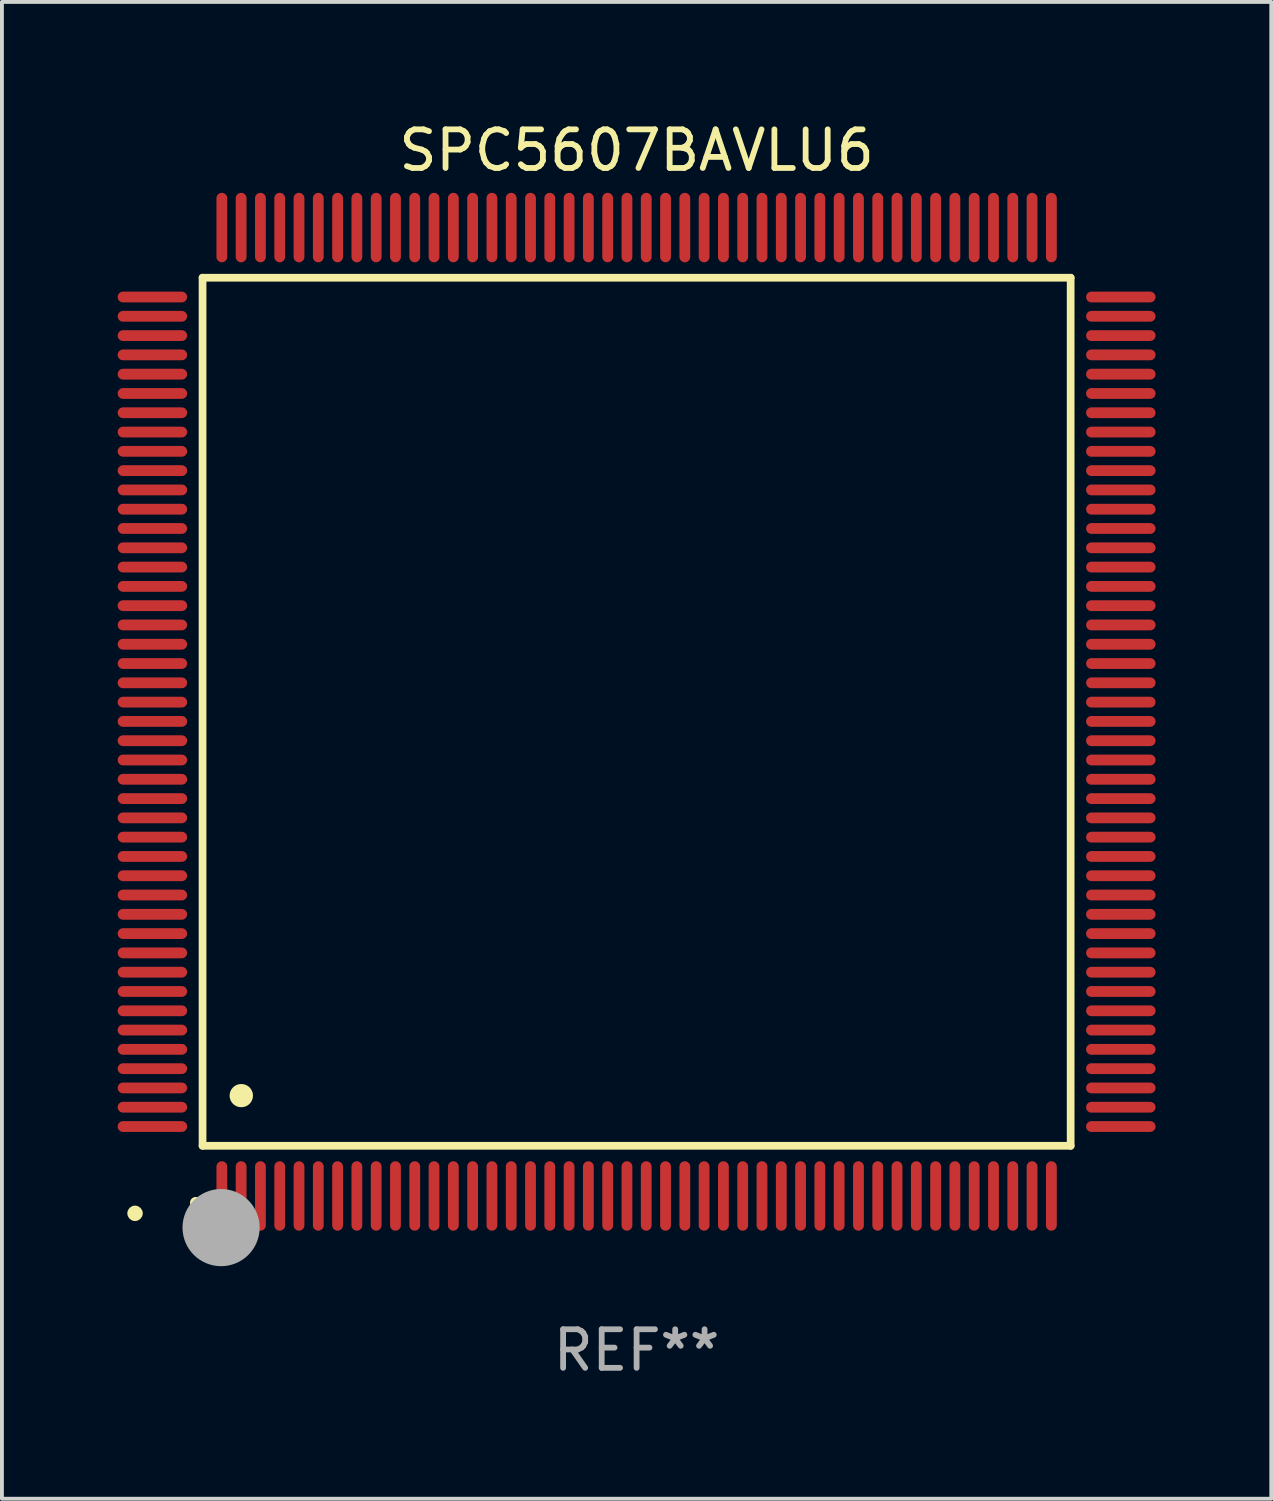
<source format=kicad_pcb>
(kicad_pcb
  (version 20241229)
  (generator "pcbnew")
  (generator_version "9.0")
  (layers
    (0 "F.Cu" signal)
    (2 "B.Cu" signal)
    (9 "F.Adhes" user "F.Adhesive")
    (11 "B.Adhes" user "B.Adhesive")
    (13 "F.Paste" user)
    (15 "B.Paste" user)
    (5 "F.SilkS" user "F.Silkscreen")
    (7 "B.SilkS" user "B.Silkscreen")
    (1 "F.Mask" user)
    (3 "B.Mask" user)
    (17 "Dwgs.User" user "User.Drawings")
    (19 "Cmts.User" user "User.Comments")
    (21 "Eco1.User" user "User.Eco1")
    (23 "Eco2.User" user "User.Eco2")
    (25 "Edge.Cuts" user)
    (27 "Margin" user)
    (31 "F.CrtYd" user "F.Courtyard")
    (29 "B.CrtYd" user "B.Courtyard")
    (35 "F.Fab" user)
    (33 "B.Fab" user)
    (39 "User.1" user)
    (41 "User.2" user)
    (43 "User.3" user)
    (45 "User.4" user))
  (footprint "SPC5607BAVLU6"
    (layer "F.Cu")
    (at 13.45 15.398)
    (property "Reference" "SPC5607BAVLU6" (at 0 -14.55 0) (layer "F.SilkS") (effects (font (size 1 1) (thickness 0.15))))
    (attr through_hole)
    (fp_line (start -11.25 -11.25) (end 11.25 -11.25) (stroke (width 0.2) (type solid)) (layer "F.SilkS"))
    (fp_line (start -11.25 11.25) (end -11.25 -11.25) (stroke (width 0.2) (type solid)) (layer "F.SilkS"))
    (fp_line (start 11.25 -11.25) (end 11.25 11.25) (stroke (width 0.2) (type solid)) (layer "F.SilkS"))
    (fp_line (start 11.25 11.25) (end -11.25 11.25) (stroke (width 0.2) (type solid)) (layer "F.SilkS"))
    (fp_arc (start -11.424943 12.725425) (mid -11.423673 12.72542) (end -11.422403 12.725425) (stroke (width 0.3) (type solid)) (layer "F.SilkS"))
    (fp_arc (start -10.24892 9.9492) (mid -10.24638 9.949189) (end -10.24384 9.9492) (stroke (width 0.6) (type solid)) (layer "F.SilkS"))
    (fp_circle (center -13 13) (end -12.9 13) (stroke (width 0.2) (type solid)) (fill no) (layer "F.SilkS"))
    (fp_circle (center -10.77 13.37) (end -10.27 13.37) (stroke (width 1) (type solid)) (fill no) (layer "F.Fab"))
    (fp_text user "REF**" (at 0 16.55 0) (layer "F.Fab") (effects (font (size 1 1) (thickness 0.15))))
    (pad "1" smd oval (at -10.75 12.55) (size 0.28 1.8) (layers "F.Cu" "F.Mask" "F.Paste"))
    (pad "2" smd oval (at -10.25 12.55) (size 0.28 1.8) (layers "F.Cu" "F.Mask" "F.Paste"))
    (pad "3" smd oval (at -9.75 12.55) (size 0.28 1.8) (layers "F.Cu" "F.Mask" "F.Paste"))
    (pad "4" smd oval (at -9.25 12.55) (size 0.28 1.8) (layers "F.Cu" "F.Mask" "F.Paste"))
    (pad "5" smd oval (at -8.75 12.55) (size 0.28 1.8) (layers "F.Cu" "F.Mask" "F.Paste"))
    (pad "6" smd oval (at -8.25 12.55) (size 0.28 1.8) (layers "F.Cu" "F.Mask" "F.Paste"))
    (pad "7" smd oval (at -7.75 12.55) (size 0.28 1.8) (layers "F.Cu" "F.Mask" "F.Paste"))
    (pad "8" smd oval (at -7.25 12.55) (size 0.28 1.8) (layers "F.Cu" "F.Mask" "F.Paste"))
    (pad "9" smd oval (at -6.75 12.55) (size 0.28 1.8) (layers "F.Cu" "F.Mask" "F.Paste"))
    (pad "10" smd oval (at -6.25 12.55) (size 0.28 1.8) (layers "F.Cu" "F.Mask" "F.Paste"))
    (pad "11" smd oval (at -5.75 12.55) (size 0.28 1.8) (layers "F.Cu" "F.Mask" "F.Paste"))
    (pad "12" smd oval (at -5.25 12.55) (size 0.28 1.8) (layers "F.Cu" "F.Mask" "F.Paste"))
    (pad "13" smd oval (at -4.75 12.55) (size 0.28 1.8) (layers "F.Cu" "F.Mask" "F.Paste"))
    (pad "14" smd oval (at -4.25 12.55) (size 0.28 1.8) (layers "F.Cu" "F.Mask" "F.Paste"))
    (pad "15" smd oval (at -3.75 12.55) (size 0.28 1.8) (layers "F.Cu" "F.Mask" "F.Paste"))
    (pad "16" smd oval (at -3.25 12.55) (size 0.28 1.8) (layers "F.Cu" "F.Mask" "F.Paste"))
    (pad "17" smd oval (at -2.75 12.55) (size 0.28 1.8) (layers "F.Cu" "F.Mask" "F.Paste"))
    (pad "18" smd oval (at -2.25 12.55) (size 0.28 1.8) (layers "F.Cu" "F.Mask" "F.Paste"))
    (pad "19" smd oval (at -1.75 12.55) (size 0.28 1.8) (layers "F.Cu" "F.Mask" "F.Paste"))
    (pad "20" smd oval (at -1.25 12.55) (size 0.28 1.8) (layers "F.Cu" "F.Mask" "F.Paste"))
    (pad "21" smd oval (at -0.75 12.55) (size 0.28 1.8) (layers "F.Cu" "F.Mask" "F.Paste"))
    (pad "22" smd oval (at -0.25 12.55) (size 0.28 1.8) (layers "F.Cu" "F.Mask" "F.Paste"))
    (pad "23" smd oval (at 0.25 12.55) (size 0.28 1.8) (layers "F.Cu" "F.Mask" "F.Paste"))
    (pad "24" smd oval (at 0.75 12.55) (size 0.28 1.8) (layers "F.Cu" "F.Mask" "F.Paste"))
    (pad "25" smd oval (at 1.25 12.55) (size 0.28 1.8) (layers "F.Cu" "F.Mask" "F.Paste"))
    (pad "26" smd oval (at 1.75 12.55) (size 0.28 1.8) (layers "F.Cu" "F.Mask" "F.Paste"))
    (pad "27" smd oval (at 2.25 12.55) (size 0.28 1.8) (layers "F.Cu" "F.Mask" "F.Paste"))
    (pad "28" smd oval (at 2.75 12.55) (size 0.28 1.8) (layers "F.Cu" "F.Mask" "F.Paste"))
    (pad "29" smd oval (at 3.25 12.55) (size 0.28 1.8) (layers "F.Cu" "F.Mask" "F.Paste"))
    (pad "30" smd oval (at 3.75 12.55) (size 0.28 1.8) (layers "F.Cu" "F.Mask" "F.Paste"))
    (pad "31" smd oval (at 4.25 12.55) (size 0.28 1.8) (layers "F.Cu" "F.Mask" "F.Paste"))
    (pad "32" smd oval (at 4.75 12.55) (size 0.28 1.8) (layers "F.Cu" "F.Mask" "F.Paste"))
    (pad "33" smd oval (at 5.25 12.55) (size 0.28 1.8) (layers "F.Cu" "F.Mask" "F.Paste"))
    (pad "34" smd oval (at 5.75 12.55) (size 0.28 1.8) (layers "F.Cu" "F.Mask" "F.Paste"))
    (pad "35" smd oval (at 6.25 12.55) (size 0.28 1.8) (layers "F.Cu" "F.Mask" "F.Paste"))
    (pad "36" smd oval (at 6.75 12.55) (size 0.28 1.8) (layers "F.Cu" "F.Mask" "F.Paste"))
    (pad "37" smd oval (at 7.25 12.55) (size 0.28 1.8) (layers "F.Cu" "F.Mask" "F.Paste"))
    (pad "38" smd oval (at 7.75 12.55) (size 0.28 1.8) (layers "F.Cu" "F.Mask" "F.Paste"))
    (pad "39" smd oval (at 8.25 12.55) (size 0.28 1.8) (layers "F.Cu" "F.Mask" "F.Paste"))
    (pad "40" smd oval (at 8.75 12.55) (size 0.28 1.8) (layers "F.Cu" "F.Mask" "F.Paste"))
    (pad "41" smd oval (at 9.25 12.55) (size 0.28 1.8) (layers "F.Cu" "F.Mask" "F.Paste"))
    (pad "42" smd oval (at 9.75 12.55) (size 0.28 1.8) (layers "F.Cu" "F.Mask" "F.Paste"))
    (pad "43" smd oval (at 10.25 12.55) (size 0.28 1.8) (layers "F.Cu" "F.Mask" "F.Paste"))
    (pad "44" smd oval (at 10.75 12.55) (size 0.28 1.8) (layers "F.Cu" "F.Mask" "F.Paste"))
    (pad "45" smd oval (at 12.55 10.75) (size 1.8 0.28) (layers "F.Cu" "F.Mask" "F.Paste"))
    (pad "46" smd oval (at 12.55 10.25) (size 1.8 0.28) (layers "F.Cu" "F.Mask" "F.Paste"))
    (pad "47" smd oval (at 12.55 9.75) (size 1.8 0.28) (layers "F.Cu" "F.Mask" "F.Paste"))
    (pad "48" smd oval (at 12.55 9.25) (size 1.8 0.28) (layers "F.Cu" "F.Mask" "F.Paste"))
    (pad "49" smd oval (at 12.55 8.75) (size 1.8 0.28) (layers "F.Cu" "F.Mask" "F.Paste"))
    (pad "50" smd oval (at 12.55 8.25) (size 1.8 0.28) (layers "F.Cu" "F.Mask" "F.Paste"))
    (pad "51" smd oval (at 12.55 7.75) (size 1.8 0.28) (layers "F.Cu" "F.Mask" "F.Paste"))
    (pad "52" smd oval (at 12.55 7.25) (size 1.8 0.28) (layers "F.Cu" "F.Mask" "F.Paste"))
    (pad "53" smd oval (at 12.55 6.75) (size 1.8 0.28) (layers "F.Cu" "F.Mask" "F.Paste"))
    (pad "54" smd oval (at 12.55 6.25) (size 1.8 0.28) (layers "F.Cu" "F.Mask" "F.Paste"))
    (pad "55" smd oval (at 12.55 5.75) (size 1.8 0.28) (layers "F.Cu" "F.Mask" "F.Paste"))
    (pad "56" smd oval (at 12.55 5.25) (size 1.8 0.28) (layers "F.Cu" "F.Mask" "F.Paste"))
    (pad "57" smd oval (at 12.55 4.75) (size 1.8 0.28) (layers "F.Cu" "F.Mask" "F.Paste"))
    (pad "58" smd oval (at 12.55 4.25) (size 1.8 0.28) (layers "F.Cu" "F.Mask" "F.Paste"))
    (pad "59" smd oval (at 12.55 3.75) (size 1.8 0.28) (layers "F.Cu" "F.Mask" "F.Paste"))
    (pad "60" smd oval (at 12.55 3.25) (size 1.8 0.28) (layers "F.Cu" "F.Mask" "F.Paste"))
    (pad "61" smd oval (at 12.55 2.75) (size 1.8 0.28) (layers "F.Cu" "F.Mask" "F.Paste"))
    (pad "62" smd oval (at 12.55 2.25) (size 1.8 0.28) (layers "F.Cu" "F.Mask" "F.Paste"))
    (pad "63" smd oval (at 12.55 1.75) (size 1.8 0.28) (layers "F.Cu" "F.Mask" "F.Paste"))
    (pad "64" smd oval (at 12.55 1.25) (size 1.8 0.28) (layers "F.Cu" "F.Mask" "F.Paste"))
    (pad "65" smd oval (at 12.55 0.75) (size 1.8 0.28) (layers "F.Cu" "F.Mask" "F.Paste"))
    (pad "66" smd oval (at 12.55 0.25) (size 1.8 0.28) (layers "F.Cu" "F.Mask" "F.Paste"))
    (pad "67" smd oval (at 12.55 -0.25) (size 1.8 0.28) (layers "F.Cu" "F.Mask" "F.Paste"))
    (pad "68" smd oval (at 12.55 -0.75) (size 1.8 0.28) (layers "F.Cu" "F.Mask" "F.Paste"))
    (pad "69" smd oval (at 12.55 -1.25) (size 1.8 0.28) (layers "F.Cu" "F.Mask" "F.Paste"))
    (pad "70" smd oval (at 12.55 -1.75) (size 1.8 0.28) (layers "F.Cu" "F.Mask" "F.Paste"))
    (pad "71" smd oval (at 12.55 -2.25) (size 1.8 0.28) (layers "F.Cu" "F.Mask" "F.Paste"))
    (pad "72" smd oval (at 12.55 -2.75) (size 1.8 0.28) (layers "F.Cu" "F.Mask" "F.Paste"))
    (pad "73" smd oval (at 12.55 -3.25) (size 1.8 0.28) (layers "F.Cu" "F.Mask" "F.Paste"))
    (pad "74" smd oval (at 12.55 -3.75) (size 1.8 0.28) (layers "F.Cu" "F.Mask" "F.Paste"))
    (pad "75" smd oval (at 12.55 -4.25) (size 1.8 0.28) (layers "F.Cu" "F.Mask" "F.Paste"))
    (pad "76" smd oval (at 12.55 -4.75) (size 1.8 0.28) (layers "F.Cu" "F.Mask" "F.Paste"))
    (pad "77" smd oval (at 12.55 -5.25) (size 1.8 0.28) (layers "F.Cu" "F.Mask" "F.Paste"))
    (pad "78" smd oval (at 12.55 -5.75) (size 1.8 0.28) (layers "F.Cu" "F.Mask" "F.Paste"))
    (pad "79" smd oval (at 12.55 -6.25) (size 1.8 0.28) (layers "F.Cu" "F.Mask" "F.Paste"))
    (pad "80" smd oval (at 12.55 -6.75) (size 1.8 0.28) (layers "F.Cu" "F.Mask" "F.Paste"))
    (pad "81" smd oval (at 12.55 -7.25) (size 1.8 0.28) (layers "F.Cu" "F.Mask" "F.Paste"))
    (pad "82" smd oval (at 12.55 -7.75) (size 1.8 0.28) (layers "F.Cu" "F.Mask" "F.Paste"))
    (pad "83" smd oval (at 12.55 -8.25) (size 1.8 0.28) (layers "F.Cu" "F.Mask" "F.Paste"))
    (pad "84" smd oval (at 12.55 -8.75) (size 1.8 0.28) (layers "F.Cu" "F.Mask" "F.Paste"))
    (pad "85" smd oval (at 12.55 -9.25) (size 1.8 0.28) (layers "F.Cu" "F.Mask" "F.Paste"))
    (pad "86" smd oval (at 12.55 -9.75) (size 1.8 0.28) (layers "F.Cu" "F.Mask" "F.Paste"))
    (pad "87" smd oval (at 12.55 -10.25) (size 1.8 0.28) (layers "F.Cu" "F.Mask" "F.Paste"))
    (pad "88" smd oval (at 12.55 -10.75) (size 1.8 0.28) (layers "F.Cu" "F.Mask" "F.Paste"))
    (pad "89" smd oval (at 10.75 -12.55) (size 0.28 1.8) (layers "F.Cu" "F.Mask" "F.Paste"))
    (pad "90" smd oval (at 10.25 -12.55) (size 0.28 1.8) (layers "F.Cu" "F.Mask" "F.Paste"))
    (pad "91" smd oval (at 9.75 -12.55) (size 0.28 1.8) (layers "F.Cu" "F.Mask" "F.Paste"))
    (pad "92" smd oval (at 9.25 -12.55) (size 0.28 1.8) (layers "F.Cu" "F.Mask" "F.Paste"))
    (pad "93" smd oval (at 8.75 -12.55) (size 0.28 1.8) (layers "F.Cu" "F.Mask" "F.Paste"))
    (pad "94" smd oval (at 8.25 -12.55) (size 0.28 1.8) (layers "F.Cu" "F.Mask" "F.Paste"))
    (pad "95" smd oval (at 7.75 -12.55) (size 0.28 1.8) (layers "F.Cu" "F.Mask" "F.Paste"))
    (pad "96" smd oval (at 7.25 -12.55) (size 0.28 1.8) (layers "F.Cu" "F.Mask" "F.Paste"))
    (pad "97" smd oval (at 6.75 -12.55) (size 0.28 1.8) (layers "F.Cu" "F.Mask" "F.Paste"))
    (pad "98" smd oval (at 6.25 -12.55) (size 0.28 1.8) (layers "F.Cu" "F.Mask" "F.Paste"))
    (pad "99" smd oval (at 5.75 -12.55) (size 0.28 1.8) (layers "F.Cu" "F.Mask" "F.Paste"))
    (pad "100" smd oval (at 5.25 -12.55) (size 0.28 1.8) (layers "F.Cu" "F.Mask" "F.Paste"))
    (pad "101" smd oval (at 4.75 -12.55) (size 0.28 1.8) (layers "F.Cu" "F.Mask" "F.Paste"))
    (pad "102" smd oval (at 4.25 -12.55) (size 0.28 1.8) (layers "F.Cu" "F.Mask" "F.Paste"))
    (pad "103" smd oval (at 3.75 -12.55) (size 0.28 1.8) (layers "F.Cu" "F.Mask" "F.Paste"))
    (pad "104" smd oval (at 3.25 -12.55) (size 0.28 1.8) (layers "F.Cu" "F.Mask" "F.Paste"))
    (pad "105" smd oval (at 2.75 -12.55) (size 0.28 1.8) (layers "F.Cu" "F.Mask" "F.Paste"))
    (pad "106" smd oval (at 2.25 -12.55) (size 0.28 1.8) (layers "F.Cu" "F.Mask" "F.Paste"))
    (pad "107" smd oval (at 1.75 -12.55) (size 0.28 1.8) (layers "F.Cu" "F.Mask" "F.Paste"))
    (pad "108" smd oval (at 1.25 -12.55) (size 0.28 1.8) (layers "F.Cu" "F.Mask" "F.Paste"))
    (pad "109" smd oval (at 0.75 -12.55) (size 0.28 1.8) (layers "F.Cu" "F.Mask" "F.Paste"))
    (pad "110" smd oval (at 0.25 -12.55) (size 0.28 1.8) (layers "F.Cu" "F.Mask" "F.Paste"))
    (pad "111" smd oval (at -0.25 -12.55) (size 0.28 1.8) (layers "F.Cu" "F.Mask" "F.Paste"))
    (pad "112" smd oval (at -0.75 -12.55) (size 0.28 1.8) (layers "F.Cu" "F.Mask" "F.Paste"))
    (pad "113" smd oval (at -1.25 -12.55) (size 0.28 1.8) (layers "F.Cu" "F.Mask" "F.Paste"))
    (pad "114" smd oval (at -1.75 -12.55) (size 0.28 1.8) (layers "F.Cu" "F.Mask" "F.Paste"))
    (pad "115" smd oval (at -2.25 -12.55) (size 0.28 1.8) (layers "F.Cu" "F.Mask" "F.Paste"))
    (pad "116" smd oval (at -2.75 -12.55) (size 0.28 1.8) (layers "F.Cu" "F.Mask" "F.Paste"))
    (pad "117" smd oval (at -3.25 -12.55) (size 0.28 1.8) (layers "F.Cu" "F.Mask" "F.Paste"))
    (pad "118" smd oval (at -3.75 -12.55) (size 0.28 1.8) (layers "F.Cu" "F.Mask" "F.Paste"))
    (pad "119" smd oval (at -4.25 -12.55) (size 0.28 1.8) (layers "F.Cu" "F.Mask" "F.Paste"))
    (pad "120" smd oval (at -4.75 -12.55) (size 0.28 1.8) (layers "F.Cu" "F.Mask" "F.Paste"))
    (pad "121" smd oval (at -5.25 -12.55) (size 0.28 1.8) (layers "F.Cu" "F.Mask" "F.Paste"))
    (pad "122" smd oval (at -5.75 -12.55) (size 0.28 1.8) (layers "F.Cu" "F.Mask" "F.Paste"))
    (pad "123" smd oval (at -6.25 -12.55) (size 0.28 1.8) (layers "F.Cu" "F.Mask" "F.Paste"))
    (pad "124" smd oval (at -6.75 -12.55) (size 0.28 1.8) (layers "F.Cu" "F.Mask" "F.Paste"))
    (pad "125" smd oval (at -7.25 -12.55) (size 0.28 1.8) (layers "F.Cu" "F.Mask" "F.Paste"))
    (pad "126" smd oval (at -7.75 -12.55) (size 0.28 1.8) (layers "F.Cu" "F.Mask" "F.Paste"))
    (pad "127" smd oval (at -8.25 -12.55) (size 0.28 1.8) (layers "F.Cu" "F.Mask" "F.Paste"))
    (pad "128" smd oval (at -8.75 -12.55) (size 0.28 1.8) (layers "F.Cu" "F.Mask" "F.Paste"))
    (pad "129" smd oval (at -9.25 -12.55) (size 0.28 1.8) (layers "F.Cu" "F.Mask" "F.Paste"))
    (pad "130" smd oval (at -9.75 -12.55) (size 0.28 1.8) (layers "F.Cu" "F.Mask" "F.Paste"))
    (pad "131" smd oval (at -10.25 -12.55) (size 0.28 1.8) (layers "F.Cu" "F.Mask" "F.Paste"))
    (pad "132" smd oval (at -10.75 -12.55) (size 0.28 1.8) (layers "F.Cu" "F.Mask" "F.Paste"))
    (pad "133" smd oval (at -12.55 -10.75) (size 1.8 0.28) (layers "F.Cu" "F.Mask" "F.Paste"))
    (pad "134" smd oval (at -12.55 -10.25) (size 1.8 0.28) (layers "F.Cu" "F.Mask" "F.Paste"))
    (pad "135" smd oval (at -12.55 -9.75) (size 1.8 0.28) (layers "F.Cu" "F.Mask" "F.Paste"))
    (pad "136" smd oval (at -12.55 -9.25) (size 1.8 0.28) (layers "F.Cu" "F.Mask" "F.Paste"))
    (pad "137" smd oval (at -12.55 -8.75) (size 1.8 0.28) (layers "F.Cu" "F.Mask" "F.Paste"))
    (pad "138" smd oval (at -12.55 -8.25) (size 1.8 0.28) (layers "F.Cu" "F.Mask" "F.Paste"))
    (pad "139" smd oval (at -12.55 -7.75) (size 1.8 0.28) (layers "F.Cu" "F.Mask" "F.Paste"))
    (pad "140" smd oval (at -12.55 -7.25) (size 1.8 0.28) (layers "F.Cu" "F.Mask" "F.Paste"))
    (pad "141" smd oval (at -12.55 -6.75) (size 1.8 0.28) (layers "F.Cu" "F.Mask" "F.Paste"))
    (pad "142" smd oval (at -12.55 -6.25) (size 1.8 0.28) (layers "F.Cu" "F.Mask" "F.Paste"))
    (pad "143" smd oval (at -12.55 -5.75) (size 1.8 0.28) (layers "F.Cu" "F.Mask" "F.Paste"))
    (pad "144" smd oval (at -12.55 -5.25) (size 1.8 0.28) (layers "F.Cu" "F.Mask" "F.Paste"))
    (pad "145" smd oval (at -12.55 -4.75) (size 1.8 0.28) (layers "F.Cu" "F.Mask" "F.Paste"))
    (pad "146" smd oval (at -12.55 -4.25) (size 1.8 0.28) (layers "F.Cu" "F.Mask" "F.Paste"))
    (pad "147" smd oval (at -12.55 -3.75) (size 1.8 0.28) (layers "F.Cu" "F.Mask" "F.Paste"))
    (pad "148" smd oval (at -12.55 -3.25) (size 1.8 0.28) (layers "F.Cu" "F.Mask" "F.Paste"))
    (pad "149" smd oval (at -12.55 -2.75) (size 1.8 0.28) (layers "F.Cu" "F.Mask" "F.Paste"))
    (pad "150" smd oval (at -12.55 -2.25) (size 1.8 0.28) (layers "F.Cu" "F.Mask" "F.Paste"))
    (pad "151" smd oval (at -12.55 -1.75) (size 1.8 0.28) (layers "F.Cu" "F.Mask" "F.Paste"))
    (pad "152" smd oval (at -12.55 -1.25) (size 1.8 0.28) (layers "F.Cu" "F.Mask" "F.Paste"))
    (pad "153" smd oval (at -12.55 -0.75) (size 1.8 0.28) (layers "F.Cu" "F.Mask" "F.Paste"))
    (pad "154" smd oval (at -12.55 -0.25) (size 1.8 0.28) (layers "F.Cu" "F.Mask" "F.Paste"))
    (pad "155" smd oval (at -12.55 0.25) (size 1.8 0.28) (layers "F.Cu" "F.Mask" "F.Paste"))
    (pad "156" smd oval (at -12.55 0.75) (size 1.8 0.28) (layers "F.Cu" "F.Mask" "F.Paste"))
    (pad "157" smd oval (at -12.55 1.25) (size 1.8 0.28) (layers "F.Cu" "F.Mask" "F.Paste"))
    (pad "158" smd oval (at -12.55 1.75) (size 1.8 0.28) (layers "F.Cu" "F.Mask" "F.Paste"))
    (pad "159" smd oval (at -12.55 2.25) (size 1.8 0.28) (layers "F.Cu" "F.Mask" "F.Paste"))
    (pad "160" smd oval (at -12.55 2.75) (size 1.8 0.28) (layers "F.Cu" "F.Mask" "F.Paste"))
    (pad "161" smd oval (at -12.55 3.25) (size 1.8 0.28) (layers "F.Cu" "F.Mask" "F.Paste"))
    (pad "162" smd oval (at -12.55 3.75) (size 1.8 0.28) (layers "F.Cu" "F.Mask" "F.Paste"))
    (pad "163" smd oval (at -12.55 4.25) (size 1.8 0.28) (layers "F.Cu" "F.Mask" "F.Paste"))
    (pad "164" smd oval (at -12.55 4.75) (size 1.8 0.28) (layers "F.Cu" "F.Mask" "F.Paste"))
    (pad "165" smd oval (at -12.55 5.25) (size 1.8 0.28) (layers "F.Cu" "F.Mask" "F.Paste"))
    (pad "166" smd oval (at -12.55 5.75) (size 1.8 0.28) (layers "F.Cu" "F.Mask" "F.Paste"))
    (pad "167" smd oval (at -12.55 6.25) (size 1.8 0.28) (layers "F.Cu" "F.Mask" "F.Paste"))
    (pad "168" smd oval (at -12.55 6.75) (size 1.8 0.28) (layers "F.Cu" "F.Mask" "F.Paste"))
    (pad "169" smd oval (at -12.55 7.25) (size 1.8 0.28) (layers "F.Cu" "F.Mask" "F.Paste"))
    (pad "170" smd oval (at -12.55 7.75) (size 1.8 0.28) (layers "F.Cu" "F.Mask" "F.Paste"))
    (pad "171" smd oval (at -12.55 8.25) (size 1.8 0.28) (layers "F.Cu" "F.Mask" "F.Paste"))
    (pad "172" smd oval (at -12.55 8.75) (size 1.8 0.28) (layers "F.Cu" "F.Mask" "F.Paste"))
    (pad "173" smd oval (at -12.55 9.25) (size 1.8 0.28) (layers "F.Cu" "F.Mask" "F.Paste"))
    (pad "174" smd oval (at -12.55 9.75) (size 1.8 0.28) (layers "F.Cu" "F.Mask" "F.Paste"))
    (pad "175" smd oval (at -12.55 10.25) (size 1.8 0.28) (layers "F.Cu" "F.Mask" "F.Paste"))
    (pad "176" smd oval (at -12.55 10.75) (size 1.8 0.28) (layers "F.Cu" "F.Mask" "F.Paste")))
  (gr_rect
    (start -3 -3)
    (end 29.9 35.796)
    (stroke (width 0.1) (type default))
    (fill no)
    (layer "Edge.Cuts")))
</source>
